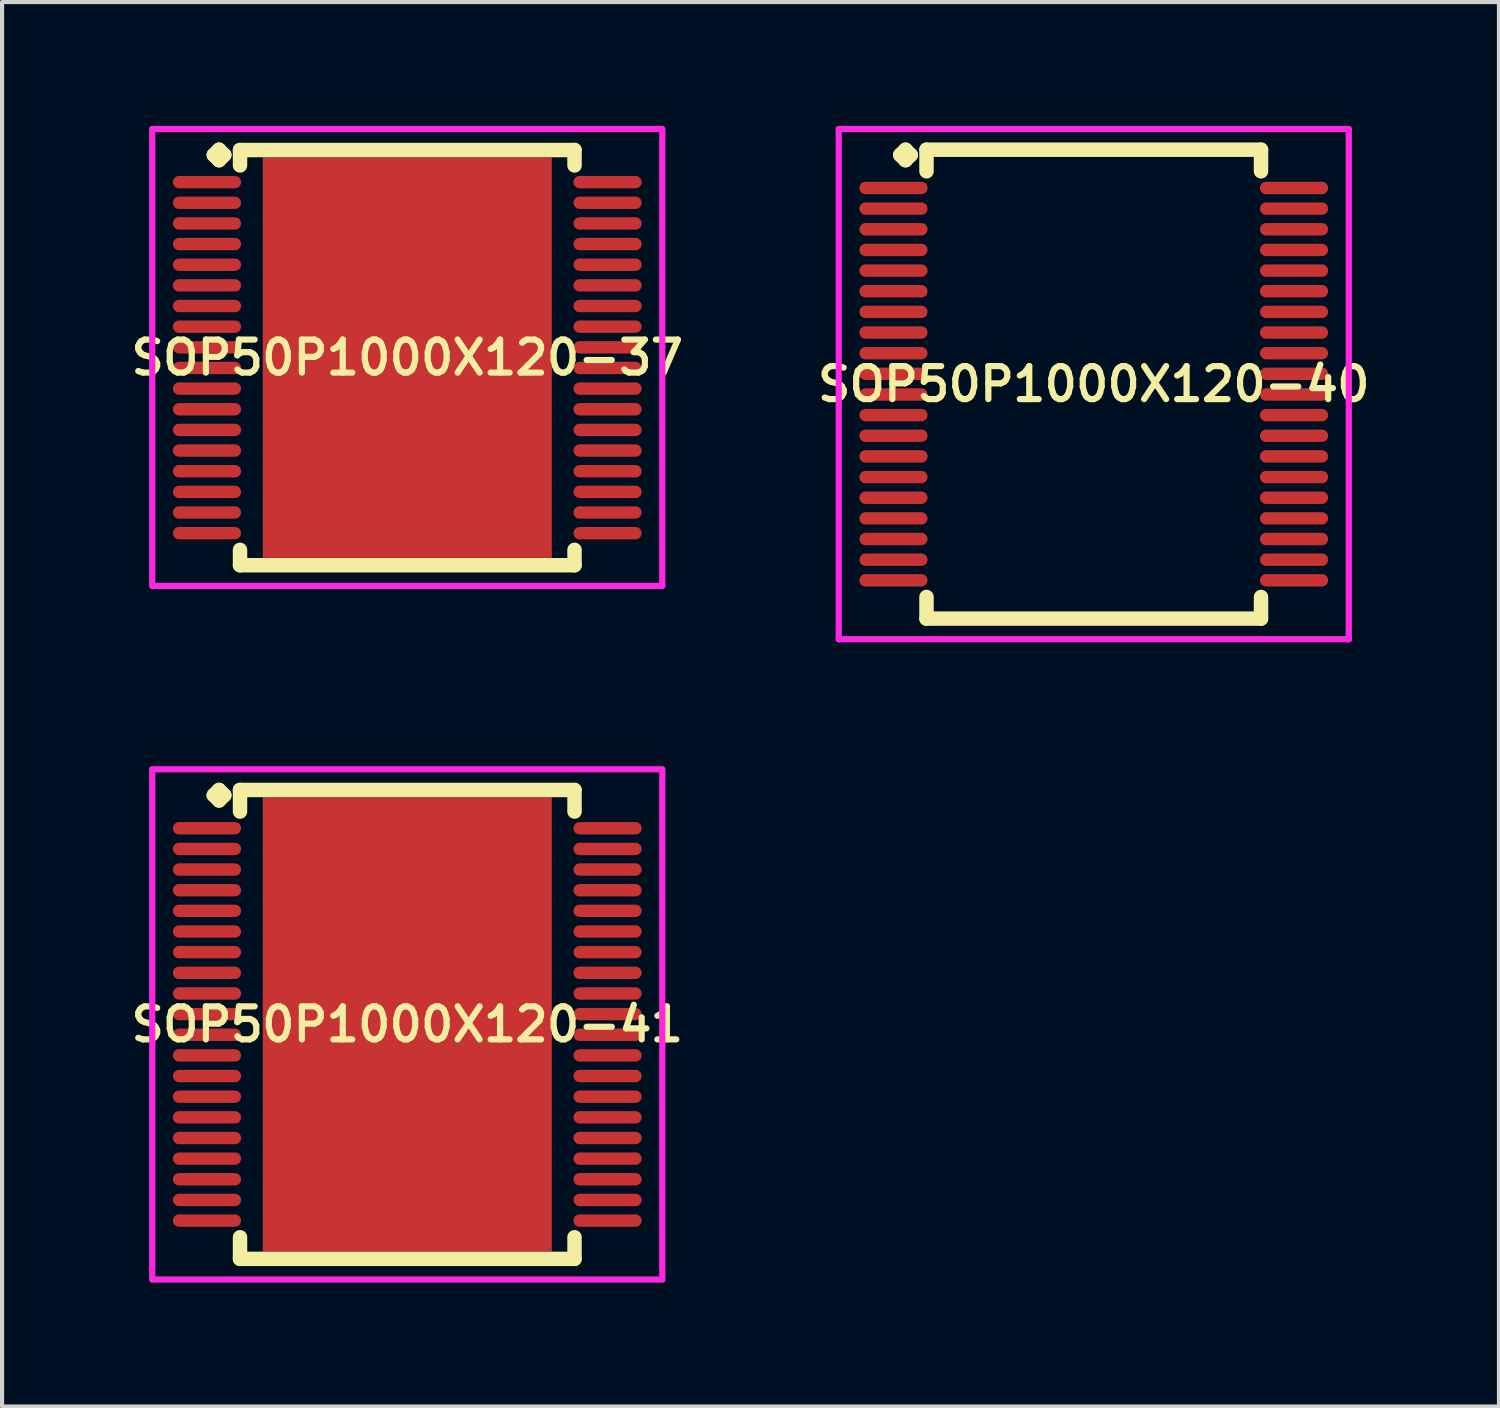
<source format=kicad_pcb>
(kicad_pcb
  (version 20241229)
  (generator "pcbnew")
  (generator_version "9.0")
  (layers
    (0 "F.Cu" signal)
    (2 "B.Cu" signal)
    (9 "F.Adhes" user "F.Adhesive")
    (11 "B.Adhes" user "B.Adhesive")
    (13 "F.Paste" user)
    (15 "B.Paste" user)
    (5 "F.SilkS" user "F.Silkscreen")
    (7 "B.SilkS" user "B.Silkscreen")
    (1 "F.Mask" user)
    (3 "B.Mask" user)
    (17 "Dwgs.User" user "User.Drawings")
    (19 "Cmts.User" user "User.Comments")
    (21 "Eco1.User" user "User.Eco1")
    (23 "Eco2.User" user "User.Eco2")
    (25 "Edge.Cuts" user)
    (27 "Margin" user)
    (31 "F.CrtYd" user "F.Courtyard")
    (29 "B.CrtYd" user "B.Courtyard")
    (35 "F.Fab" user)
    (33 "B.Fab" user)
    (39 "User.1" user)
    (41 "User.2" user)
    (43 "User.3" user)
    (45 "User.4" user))
  (footprint "SOP50P1000X120-40"
    (layer "F.Cu")
    (at 23.435 6.252)
    (property "Reference" "SOP50P1000X120-40" (at 0 0 0) (layer "F.SilkS") (effects (font (size 0.8 0.8) (thickness 0.15))))
    (attr through_hole)
    (fp_line (start -4.685 -5.55) (end -4.558 -5.677) (stroke (width 0.35) (type solid)) (layer "F.SilkS"))
    (fp_line (start -4.558 -5.677) (end -4.431 -5.55) (stroke (width 0.35) (type solid)) (layer "F.SilkS"))
    (fp_line (start -4.558 -5.423) (end -4.685 -5.55) (stroke (width 0.35) (type solid)) (layer "F.SilkS"))
    (fp_line (start -4.431 -5.55) (end -4.558 -5.423) (stroke (width 0.35) (type solid)) (layer "F.SilkS"))
    (fp_line (start -4.05 -5.677) (end 4.05 -5.677) (stroke (width 0.35) (type solid)) (layer "F.SilkS"))
    (fp_line (start -4.05 -5.154) (end -4.05 -5.677) (stroke (width 0.35) (type solid)) (layer "F.SilkS"))
    (fp_line (start -4.05 5.154) (end -4.05 5.677) (stroke (width 0.35) (type solid)) (layer "F.SilkS"))
    (fp_line (start -4.05 5.677) (end 4.05 5.677) (stroke (width 0.35) (type solid)) (layer "F.SilkS"))
    (fp_line (start 4.05 -5.677) (end 4.05 -5.154) (stroke (width 0.35) (type solid)) (layer "F.SilkS"))
    (fp_line (start 4.05 5.677) (end 4.05 5.154) (stroke (width 0.35) (type solid)) (layer "F.SilkS"))
    (fp_line (start -6.175 -6.177) (end 6.175 -6.177) (stroke (width 0.15) (type solid)) (layer "F.CrtYd"))
    (fp_line (start -6.175 6.177) (end -6.175 -6.177) (stroke (width 0.15) (type solid)) (layer "F.CrtYd"))
    (fp_line (start 6.175 -6.177) (end 6.175 6.177) (stroke (width 0.15) (type solid)) (layer "F.CrtYd"))
    (fp_line (start 6.175 6.177) (end -6.175 6.177) (stroke (width 0.15) (type solid)) (layer "F.CrtYd"))
    (pad "1" smd oval (at -4.85 -4.75) (size 1.65 0.3) (layers "F.Cu" "F.Mask" "F.Paste"))
    (pad "2" smd oval (at -4.85 -4.25) (size 1.65 0.3) (layers "F.Cu" "F.Mask" "F.Paste"))
    (pad "3" smd oval (at -4.85 -3.75) (size 1.65 0.3) (layers "F.Cu" "F.Mask" "F.Paste"))
    (pad "4" smd oval (at -4.85 -3.25) (size 1.65 0.3) (layers "F.Cu" "F.Mask" "F.Paste"))
    (pad "5" smd oval (at -4.85 -2.75) (size 1.65 0.3) (layers "F.Cu" "F.Mask" "F.Paste"))
    (pad "6" smd oval (at -4.85 -2.25) (size 1.65 0.3) (layers "F.Cu" "F.Mask" "F.Paste"))
    (pad "7" smd oval (at -4.85 -1.75) (size 1.65 0.3) (layers "F.Cu" "F.Mask" "F.Paste"))
    (pad "8" smd oval (at -4.85 -1.25) (size 1.65 0.3) (layers "F.Cu" "F.Mask" "F.Paste"))
    (pad "9" smd oval (at -4.85 -0.75) (size 1.65 0.3) (layers "F.Cu" "F.Mask" "F.Paste"))
    (pad "10" smd oval (at -4.85 -0.25) (size 1.65 0.3) (layers "F.Cu" "F.Mask" "F.Paste"))
    (pad "11" smd oval (at -4.85 0.25) (size 1.65 0.3) (layers "F.Cu" "F.Mask" "F.Paste"))
    (pad "12" smd oval (at -4.85 0.75) (size 1.65 0.3) (layers "F.Cu" "F.Mask" "F.Paste"))
    (pad "13" smd oval (at -4.85 1.25) (size 1.65 0.3) (layers "F.Cu" "F.Mask" "F.Paste"))
    (pad "14" smd oval (at -4.85 1.75) (size 1.65 0.3) (layers "F.Cu" "F.Mask" "F.Paste"))
    (pad "15" smd oval (at -4.85 2.25) (size 1.65 0.3) (layers "F.Cu" "F.Mask" "F.Paste"))
    (pad "16" smd oval (at -4.85 2.75) (size 1.65 0.3) (layers "F.Cu" "F.Mask" "F.Paste"))
    (pad "17" smd oval (at -4.85 3.25) (size 1.65 0.3) (layers "F.Cu" "F.Mask" "F.Paste"))
    (pad "18" smd oval (at -4.85 3.75) (size 1.65 0.3) (layers "F.Cu" "F.Mask" "F.Paste"))
    (pad "19" smd oval (at -4.85 4.25) (size 1.65 0.3) (layers "F.Cu" "F.Mask" "F.Paste"))
    (pad "20" smd oval (at -4.85 4.75) (size 1.65 0.3) (layers "F.Cu" "F.Mask" "F.Paste"))
    (pad "21" smd oval (at 4.85 4.75) (size 1.65 0.3) (layers "F.Cu" "F.Mask" "F.Paste"))
    (pad "22" smd oval (at 4.85 4.25) (size 1.65 0.3) (layers "F.Cu" "F.Mask" "F.Paste"))
    (pad "23" smd oval (at 4.85 3.75) (size 1.65 0.3) (layers "F.Cu" "F.Mask" "F.Paste"))
    (pad "24" smd oval (at 4.85 3.25) (size 1.65 0.3) (layers "F.Cu" "F.Mask" "F.Paste"))
    (pad "25" smd oval (at 4.85 2.75) (size 1.65 0.3) (layers "F.Cu" "F.Mask" "F.Paste"))
    (pad "26" smd oval (at 4.85 2.25) (size 1.65 0.3) (layers "F.Cu" "F.Mask" "F.Paste"))
    (pad "27" smd oval (at 4.85 1.75) (size 1.65 0.3) (layers "F.Cu" "F.Mask" "F.Paste"))
    (pad "28" smd oval (at 4.85 1.25) (size 1.65 0.3) (layers "F.Cu" "F.Mask" "F.Paste"))
    (pad "29" smd oval (at 4.85 0.75) (size 1.65 0.3) (layers "F.Cu" "F.Mask" "F.Paste"))
    (pad "30" smd oval (at 4.85 0.25) (size 1.65 0.3) (layers "F.Cu" "F.Mask" "F.Paste"))
    (pad "31" smd oval (at 4.85 -0.25) (size 1.65 0.3) (layers "F.Cu" "F.Mask" "F.Paste"))
    (pad "32" smd oval (at 4.85 -0.75) (size 1.65 0.3) (layers "F.Cu" "F.Mask" "F.Paste"))
    (pad "33" smd oval (at 4.85 -1.25) (size 1.65 0.3) (layers "F.Cu" "F.Mask" "F.Paste"))
    (pad "34" smd oval (at 4.85 -1.75) (size 1.65 0.3) (layers "F.Cu" "F.Mask" "F.Paste"))
    (pad "35" smd oval (at 4.85 -2.25) (size 1.65 0.3) (layers "F.Cu" "F.Mask" "F.Paste"))
    (pad "36" smd oval (at 4.85 -2.75) (size 1.65 0.3) (layers "F.Cu" "F.Mask" "F.Paste"))
    (pad "37" smd oval (at 4.85 -3.25) (size 1.65 0.3) (layers "F.Cu" "F.Mask" "F.Paste"))
    (pad "38" smd oval (at 4.85 -3.75) (size 1.65 0.3) (layers "F.Cu" "F.Mask" "F.Paste"))
    (pad "39" smd oval (at 4.85 -4.25) (size 1.65 0.3) (layers "F.Cu" "F.Mask" "F.Paste"))
    (pad "40" smd oval (at 4.85 -4.75) (size 1.65 0.3) (layers "F.Cu" "F.Mask" "F.Paste")))
  (footprint "SOP50P1000X120-41"
    (layer "F.Cu")
    (at 6.812 21.756)
    (property "Reference" "SOP50P1000X120-41" (at 0 0 0) (layer "F.SilkS") (effects (font (size 0.8 0.8) (thickness 0.15))))
    (attr through_hole)
    (fp_line (start -4.685 -5.55) (end -4.558 -5.677) (stroke (width 0.35) (type solid)) (layer "F.SilkS"))
    (fp_line (start -4.558 -5.677) (end -4.431 -5.55) (stroke (width 0.35) (type solid)) (layer "F.SilkS"))
    (fp_line (start -4.558 -5.423) (end -4.685 -5.55) (stroke (width 0.35) (type solid)) (layer "F.SilkS"))
    (fp_line (start -4.431 -5.55) (end -4.558 -5.423) (stroke (width 0.35) (type solid)) (layer "F.SilkS"))
    (fp_line (start -4.05 -5.677) (end 4.05 -5.677) (stroke (width 0.35) (type solid)) (layer "F.SilkS"))
    (fp_line (start -4.05 -5.154) (end -4.05 -5.677) (stroke (width 0.35) (type solid)) (layer "F.SilkS"))
    (fp_line (start -4.05 5.154) (end -4.05 5.677) (stroke (width 0.35) (type solid)) (layer "F.SilkS"))
    (fp_line (start -4.05 5.677) (end 4.05 5.677) (stroke (width 0.35) (type solid)) (layer "F.SilkS"))
    (fp_line (start 4.05 -5.677) (end 4.05 -5.154) (stroke (width 0.35) (type solid)) (layer "F.SilkS"))
    (fp_line (start 4.05 5.677) (end 4.05 5.154) (stroke (width 0.35) (type solid)) (layer "F.SilkS"))
    (fp_line (start -6.175 -6.177) (end 6.175 -6.177) (stroke (width 0.15) (type solid)) (layer "F.CrtYd"))
    (fp_line (start -6.175 6.177) (end -6.175 -6.177) (stroke (width 0.15) (type solid)) (layer "F.CrtYd"))
    (fp_line (start 6.175 -6.177) (end 6.175 6.177) (stroke (width 0.15) (type solid)) (layer "F.CrtYd"))
    (fp_line (start 6.175 6.177) (end -6.175 6.177) (stroke (width 0.15) (type solid)) (layer "F.CrtYd"))
    (pad "1" smd oval (at -4.85 -4.75) (size 1.65 0.3) (layers "F.Cu" "F.Mask" "F.Paste"))
    (pad "2" smd oval (at -4.85 -4.25) (size 1.65 0.3) (layers "F.Cu" "F.Mask" "F.Paste"))
    (pad "3" smd oval (at -4.85 -3.75) (size 1.65 0.3) (layers "F.Cu" "F.Mask" "F.Paste"))
    (pad "4" smd oval (at -4.85 -3.25) (size 1.65 0.3) (layers "F.Cu" "F.Mask" "F.Paste"))
    (pad "5" smd oval (at -4.85 -2.75) (size 1.65 0.3) (layers "F.Cu" "F.Mask" "F.Paste"))
    (pad "6" smd oval (at -4.85 -2.25) (size 1.65 0.3) (layers "F.Cu" "F.Mask" "F.Paste"))
    (pad "7" smd oval (at -4.85 -1.75) (size 1.65 0.3) (layers "F.Cu" "F.Mask" "F.Paste"))
    (pad "8" smd oval (at -4.85 -1.25) (size 1.65 0.3) (layers "F.Cu" "F.Mask" "F.Paste"))
    (pad "9" smd oval (at -4.85 -0.75) (size 1.65 0.3) (layers "F.Cu" "F.Mask" "F.Paste"))
    (pad "10" smd oval (at -4.85 -0.25) (size 1.65 0.3) (layers "F.Cu" "F.Mask" "F.Paste"))
    (pad "11" smd oval (at -4.85 0.25) (size 1.65 0.3) (layers "F.Cu" "F.Mask" "F.Paste"))
    (pad "12" smd oval (at -4.85 0.75) (size 1.65 0.3) (layers "F.Cu" "F.Mask" "F.Paste"))
    (pad "13" smd oval (at -4.85 1.25) (size 1.65 0.3) (layers "F.Cu" "F.Mask" "F.Paste"))
    (pad "14" smd oval (at -4.85 1.75) (size 1.65 0.3) (layers "F.Cu" "F.Mask" "F.Paste"))
    (pad "15" smd oval (at -4.85 2.25) (size 1.65 0.3) (layers "F.Cu" "F.Mask" "F.Paste"))
    (pad "16" smd oval (at -4.85 2.75) (size 1.65 0.3) (layers "F.Cu" "F.Mask" "F.Paste"))
    (pad "17" smd oval (at -4.85 3.25) (size 1.65 0.3) (layers "F.Cu" "F.Mask" "F.Paste"))
    (pad "18" smd oval (at -4.85 3.75) (size 1.65 0.3) (layers "F.Cu" "F.Mask" "F.Paste"))
    (pad "19" smd oval (at -4.85 4.25) (size 1.65 0.3) (layers "F.Cu" "F.Mask" "F.Paste"))
    (pad "20" smd oval (at -4.85 4.75) (size 1.65 0.3) (layers "F.Cu" "F.Mask" "F.Paste"))
    (pad "21" smd oval (at 4.85 4.75) (size 1.65 0.3) (layers "F.Cu" "F.Mask" "F.Paste"))
    (pad "22" smd oval (at 4.85 4.25) (size 1.65 0.3) (layers "F.Cu" "F.Mask" "F.Paste"))
    (pad "23" smd oval (at 4.85 3.75) (size 1.65 0.3) (layers "F.Cu" "F.Mask" "F.Paste"))
    (pad "24" smd oval (at 4.85 3.25) (size 1.65 0.3) (layers "F.Cu" "F.Mask" "F.Paste"))
    (pad "25" smd oval (at 4.85 2.75) (size 1.65 0.3) (layers "F.Cu" "F.Mask" "F.Paste"))
    (pad "26" smd oval (at 4.85 2.25) (size 1.65 0.3) (layers "F.Cu" "F.Mask" "F.Paste"))
    (pad "27" smd oval (at 4.85 1.75) (size 1.65 0.3) (layers "F.Cu" "F.Mask" "F.Paste"))
    (pad "28" smd oval (at 4.85 1.25) (size 1.65 0.3) (layers "F.Cu" "F.Mask" "F.Paste"))
    (pad "29" smd oval (at 4.85 0.75) (size 1.65 0.3) (layers "F.Cu" "F.Mask" "F.Paste"))
    (pad "30" smd oval (at 4.85 0.25) (size 1.65 0.3) (layers "F.Cu" "F.Mask" "F.Paste"))
    (pad "31" smd oval (at 4.85 -0.25) (size 1.65 0.3) (layers "F.Cu" "F.Mask" "F.Paste"))
    (pad "32" smd oval (at 4.85 -0.75) (size 1.65 0.3) (layers "F.Cu" "F.Mask" "F.Paste"))
    (pad "33" smd oval (at 4.85 -1.25) (size 1.65 0.3) (layers "F.Cu" "F.Mask" "F.Paste"))
    (pad "34" smd oval (at 4.85 -1.75) (size 1.65 0.3) (layers "F.Cu" "F.Mask" "F.Paste"))
    (pad "35" smd oval (at 4.85 -2.25) (size 1.65 0.3) (layers "F.Cu" "F.Mask" "F.Paste"))
    (pad "36" smd oval (at 4.85 -2.75) (size 1.65 0.3) (layers "F.Cu" "F.Mask" "F.Paste"))
    (pad "37" smd oval (at 4.85 -3.25) (size 1.65 0.3) (layers "F.Cu" "F.Mask" "F.Paste"))
    (pad "38" smd oval (at 4.85 -3.75) (size 1.65 0.3) (layers "F.Cu" "F.Mask" "F.Paste"))
    (pad "39" smd oval (at 4.85 -4.25) (size 1.65 0.3) (layers "F.Cu" "F.Mask" "F.Paste"))
    (pad "40" smd oval (at 4.85 -4.75) (size 1.65 0.3) (layers "F.Cu" "F.Mask" "F.Paste"))
    (pad "41" smd rect (at 0 0) (size 7 11) (layers "F.Cu" "F.Mask" "F.Paste")))
  (footprint "SOP50P1000X120-37"
    (layer "F.Cu")
    (at 6.812 5.61)
    (property "Reference" "SOP50P1000X120-37" (at 0 0 0) (layer "F.SilkS") (effects (font (size 0.8 0.8) (thickness 0.15))))
    (attr through_hole)
    (fp_line (start -4.685 -4.908) (end -4.558 -5.035) (stroke (width 0.35) (type solid)) (layer "F.SilkS"))
    (fp_line (start -4.558 -5.035) (end -4.431 -4.908) (stroke (width 0.35) (type solid)) (layer "F.SilkS"))
    (fp_line (start -4.558 -4.781) (end -4.685 -4.908) (stroke (width 0.35) (type solid)) (layer "F.SilkS"))
    (fp_line (start -4.431 -4.908) (end -4.558 -4.781) (stroke (width 0.35) (type solid)) (layer "F.SilkS"))
    (fp_line (start -4.05 -5.027) (end 4.05 -5.027) (stroke (width 0.35) (type solid)) (layer "F.SilkS"))
    (fp_line (start -4.05 -4.654) (end -4.05 -5.027) (stroke (width 0.35) (type solid)) (layer "F.SilkS"))
    (fp_line (start -4.05 4.654) (end -4.05 5.027) (stroke (width 0.35) (type solid)) (layer "F.SilkS"))
    (fp_line (start -4.05 5.027) (end 4.05 5.027) (stroke (width 0.35) (type solid)) (layer "F.SilkS"))
    (fp_line (start 4.05 -5.027) (end 4.05 -4.654) (stroke (width 0.35) (type solid)) (layer "F.SilkS"))
    (fp_line (start 4.05 5.027) (end 4.05 4.654) (stroke (width 0.35) (type solid)) (layer "F.SilkS"))
    (fp_line (start -6.175 -5.535) (end 6.175 -5.535) (stroke (width 0.15) (type solid)) (layer "F.CrtYd"))
    (fp_line (start -6.175 5.527) (end -6.175 -5.535) (stroke (width 0.15) (type solid)) (layer "F.CrtYd"))
    (fp_line (start 6.175 -5.535) (end 6.175 5.527) (stroke (width 0.15) (type solid)) (layer "F.CrtYd"))
    (fp_line (start 6.175 5.527) (end -6.175 5.527) (stroke (width 0.15) (type solid)) (layer "F.CrtYd"))
    (pad "1" smd oval (at -4.85 -4.25) (size 1.65 0.3) (layers "F.Cu" "F.Mask" "F.Paste"))
    (pad "2" smd oval (at -4.85 -3.75) (size 1.65 0.3) (layers "F.Cu" "F.Mask" "F.Paste"))
    (pad "3" smd oval (at -4.85 -3.25) (size 1.65 0.3) (layers "F.Cu" "F.Mask" "F.Paste"))
    (pad "4" smd oval (at -4.85 -2.75) (size 1.65 0.3) (layers "F.Cu" "F.Mask" "F.Paste"))
    (pad "5" smd oval (at -4.85 -2.25) (size 1.65 0.3) (layers "F.Cu" "F.Mask" "F.Paste"))
    (pad "6" smd oval (at -4.85 -1.75) (size 1.65 0.3) (layers "F.Cu" "F.Mask" "F.Paste"))
    (pad "7" smd oval (at -4.85 -1.25) (size 1.65 0.3) (layers "F.Cu" "F.Mask" "F.Paste"))
    (pad "8" smd oval (at -4.85 -0.75) (size 1.65 0.3) (layers "F.Cu" "F.Mask" "F.Paste"))
    (pad "9" smd oval (at -4.85 -0.25) (size 1.65 0.3) (layers "F.Cu" "F.Mask" "F.Paste"))
    (pad "10" smd oval (at -4.85 0.25) (size 1.65 0.3) (layers "F.Cu" "F.Mask" "F.Paste"))
    (pad "11" smd oval (at -4.85 0.75) (size 1.65 0.3) (layers "F.Cu" "F.Mask" "F.Paste"))
    (pad "12" smd oval (at -4.85 1.25) (size 1.65 0.3) (layers "F.Cu" "F.Mask" "F.Paste"))
    (pad "13" smd oval (at -4.85 1.75) (size 1.65 0.3) (layers "F.Cu" "F.Mask" "F.Paste"))
    (pad "14" smd oval (at -4.85 2.25) (size 1.65 0.3) (layers "F.Cu" "F.Mask" "F.Paste"))
    (pad "15" smd oval (at -4.85 2.75) (size 1.65 0.3) (layers "F.Cu" "F.Mask" "F.Paste"))
    (pad "16" smd oval (at -4.85 3.25) (size 1.65 0.3) (layers "F.Cu" "F.Mask" "F.Paste"))
    (pad "17" smd oval (at -4.85 3.75) (size 1.65 0.3) (layers "F.Cu" "F.Mask" "F.Paste"))
    (pad "18" smd oval (at -4.85 4.25) (size 1.65 0.3) (layers "F.Cu" "F.Mask" "F.Paste"))
    (pad "19" smd oval (at 4.85 4.25) (size 1.65 0.3) (layers "F.Cu" "F.Mask" "F.Paste"))
    (pad "20" smd oval (at 4.85 3.75) (size 1.65 0.3) (layers "F.Cu" "F.Mask" "F.Paste"))
    (pad "21" smd oval (at 4.85 3.25) (size 1.65 0.3) (layers "F.Cu" "F.Mask" "F.Paste"))
    (pad "22" smd oval (at 4.85 2.75) (size 1.65 0.3) (layers "F.Cu" "F.Mask" "F.Paste"))
    (pad "23" smd oval (at 4.85 2.25) (size 1.65 0.3) (layers "F.Cu" "F.Mask" "F.Paste"))
    (pad "24" smd oval (at 4.85 1.75) (size 1.65 0.3) (layers "F.Cu" "F.Mask" "F.Paste"))
    (pad "25" smd oval (at 4.85 1.25) (size 1.65 0.3) (layers "F.Cu" "F.Mask" "F.Paste"))
    (pad "26" smd oval (at 4.85 0.75) (size 1.65 0.3) (layers "F.Cu" "F.Mask" "F.Paste"))
    (pad "27" smd oval (at 4.85 0.25) (size 1.65 0.3) (layers "F.Cu" "F.Mask" "F.Paste"))
    (pad "28" smd oval (at 4.85 -0.25) (size 1.65 0.3) (layers "F.Cu" "F.Mask" "F.Paste"))
    (pad "29" smd oval (at 4.85 -0.75) (size 1.65 0.3) (layers "F.Cu" "F.Mask" "F.Paste"))
    (pad "30" smd oval (at 4.85 -1.25) (size 1.65 0.3) (layers "F.Cu" "F.Mask" "F.Paste"))
    (pad "31" smd oval (at 4.85 -1.75) (size 1.65 0.3) (layers "F.Cu" "F.Mask" "F.Paste"))
    (pad "32" smd oval (at 4.85 -2.25) (size 1.65 0.3) (layers "F.Cu" "F.Mask" "F.Paste"))
    (pad "33" smd oval (at 4.85 -2.75) (size 1.65 0.3) (layers "F.Cu" "F.Mask" "F.Paste"))
    (pad "34" smd oval (at 4.85 -3.25) (size 1.65 0.3) (layers "F.Cu" "F.Mask" "F.Paste"))
    (pad "35" smd oval (at 4.85 -3.75) (size 1.65 0.3) (layers "F.Cu" "F.Mask" "F.Paste"))
    (pad "36" smd oval (at 4.85 -4.25) (size 1.65 0.3) (layers "F.Cu" "F.Mask" "F.Paste"))
    (pad "37" smd rect (at 0 0) (size 7 9.7) (layers "F.Cu" "F.Mask" "F.Paste")))
  (gr_rect
    (start -3 -3)
    (end 33.247 31.008)
    (stroke (width 0.1) (type default))
    (fill no)
    (layer "Edge.Cuts")))
</source>
